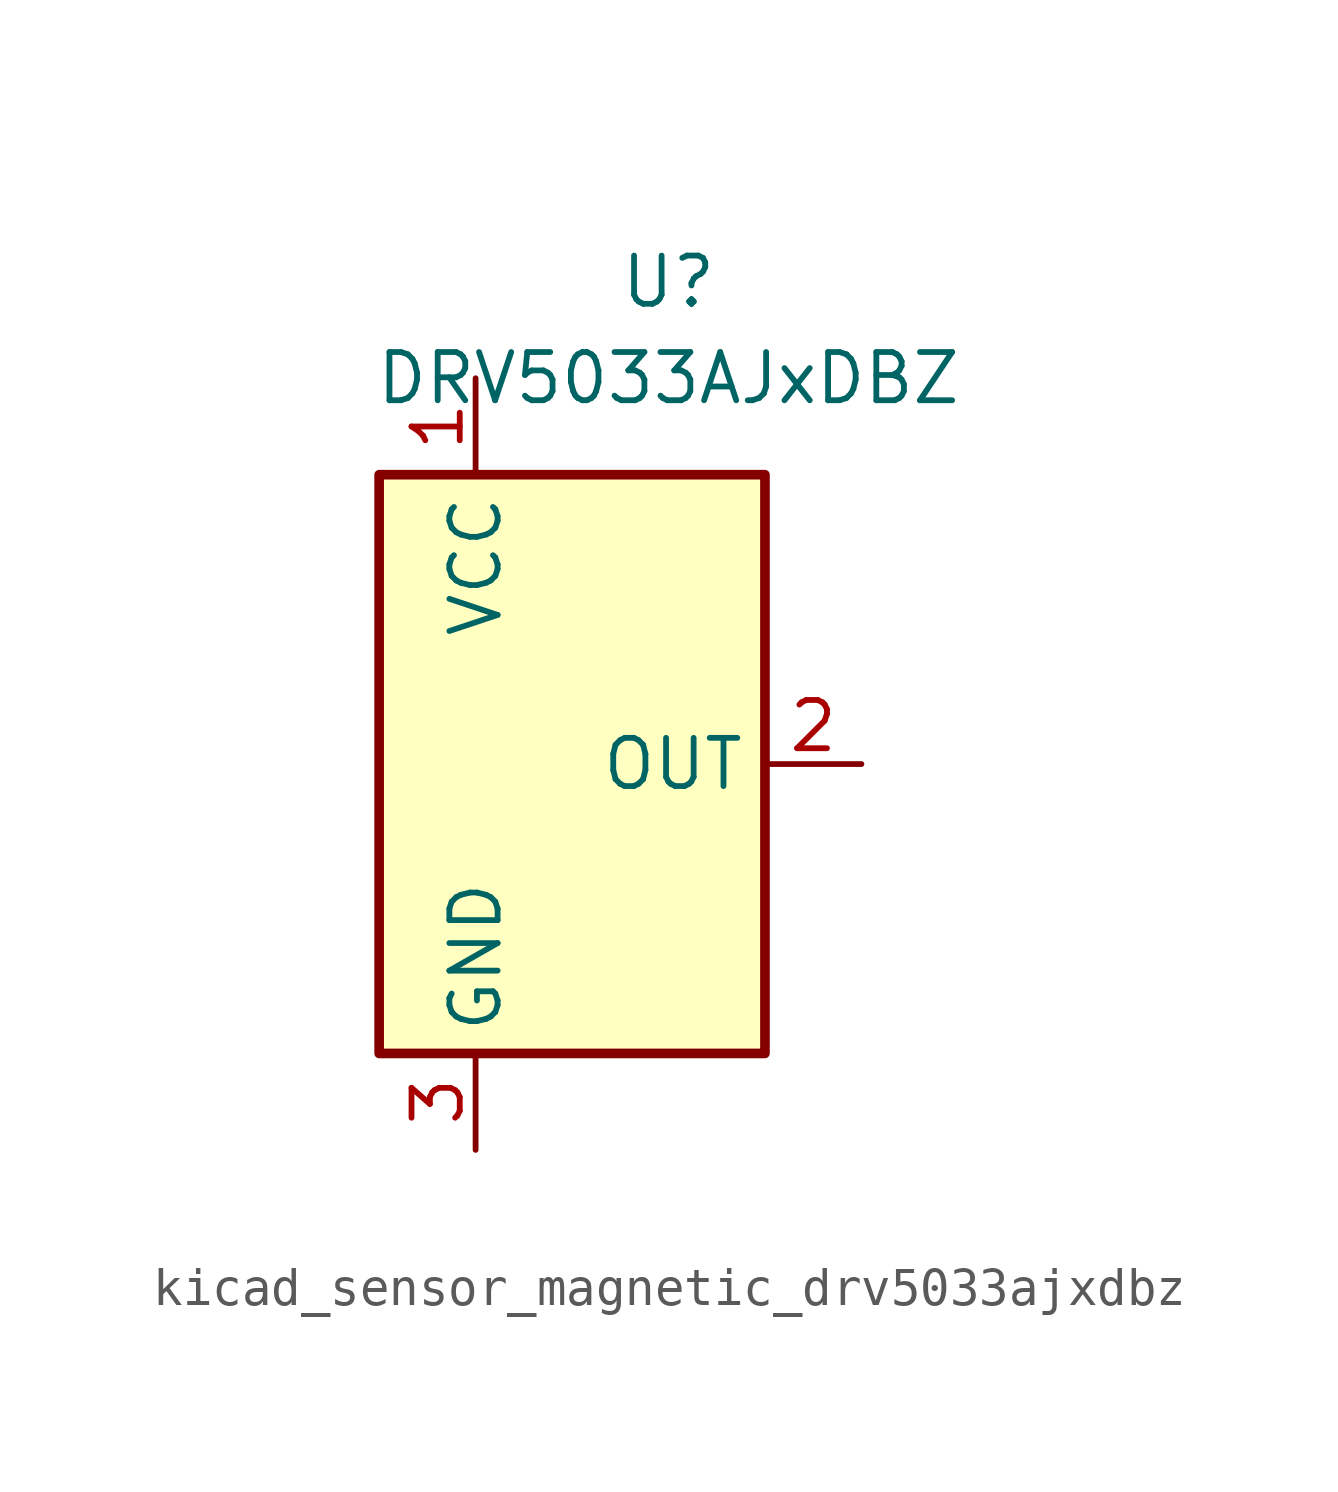
<source format=kicad_sym>
(kicad_symbol_lib
  (version 20220914)
  (generator kicad_symbol_editor)
  (symbol "kicad_sensor_magnetic_drv5033ajxdbz"
    (property "Reference" "U"
      (at 2.54 12.7 0)
      (effects (font (size 1.27 1.27))))
    (property "Value" "DRV5033AJxDBZ"
      (at 2.54 10.16 0)
      (effects (font (size 1.27 1.27))))
    (symbol "kicad_sensor_magnetic_drv5033ajxdbz_1_1"
      (rectangle (start -5.08 7.62) (end 5.08 -7.62) (stroke (width 0.254) (type default)) (fill (type background)))
      (pin power_in line (at -2.54 10.16 270) (length 2.54) (name "VCC" (effects (font (size 1.27 1.27)))) (number "1" (effects (font (size 1.27 1.27)))))
      (pin output line (at 7.62 0 180) (length 2.54) (name "OUT" (effects (font (size 1.27 1.27)))) (number "2" (effects (font (size 1.27 1.27)))))
      (pin power_in line (at -2.54 -10.16 90) (length 2.54) (name "GND" (effects (font (size 1.27 1.27)))) (number "3" (effects (font (size 1.27 1.27))))))))
</source>
